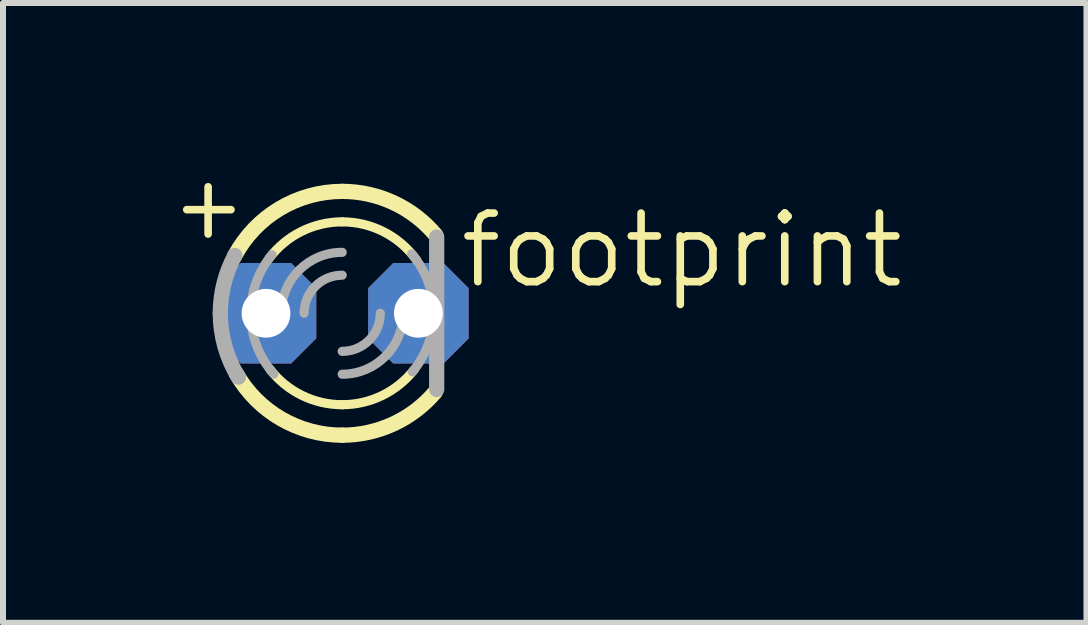
<source format=kicad_pcb>
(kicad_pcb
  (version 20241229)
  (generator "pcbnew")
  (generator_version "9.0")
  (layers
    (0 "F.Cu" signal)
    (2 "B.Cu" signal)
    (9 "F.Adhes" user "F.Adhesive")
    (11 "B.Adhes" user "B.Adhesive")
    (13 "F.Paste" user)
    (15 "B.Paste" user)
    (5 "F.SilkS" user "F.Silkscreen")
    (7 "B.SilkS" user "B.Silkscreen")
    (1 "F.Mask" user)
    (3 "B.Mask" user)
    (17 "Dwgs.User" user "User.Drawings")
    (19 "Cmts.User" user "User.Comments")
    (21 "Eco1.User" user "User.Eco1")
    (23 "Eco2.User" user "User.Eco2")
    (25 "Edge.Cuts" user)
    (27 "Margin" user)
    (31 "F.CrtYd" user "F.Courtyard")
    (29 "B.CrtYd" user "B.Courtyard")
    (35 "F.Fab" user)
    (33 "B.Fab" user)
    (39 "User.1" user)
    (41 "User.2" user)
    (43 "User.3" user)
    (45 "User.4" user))
  (footprint "footprint"
    (layer "F.Cu")
    (at 2.654 2.172)
    (property "Reference" "footprint" (at 1.905 -0.381 0) (layer "F.SilkS") (effects (font (size 1.143 1.143) (thickness 0.127)) (justify left bottom)))
    (fp_line (start -2.591 -1.727) (end -1.854 -1.727) (stroke (width 0.127) (type solid)) (layer "F.SilkS"))
    (fp_line (start -2.235 -1.321) (end -2.235 -2.108) (stroke (width 0.127) (type solid)) (layer "F.SilkS"))
    (fp_arc (start -1.7929 -0.9562) (mid -1.045438 -1.7424) (end 0 -2.032) (stroke (width 0.254) (type solid)) (layer "F.SilkS"))
    (fp_arc (start -1.2192 -0.9144) (mid -0.681554 -1.363107) (end 0 -1.524) (stroke (width 0.1524) (type solid)) (layer "F.SilkS"))
    (fp_arc (start 0 -2.032) (mid 0.861864 -1.840173) (end 1.561 -1.3009) (stroke (width 0.254) (type solid)) (layer "F.SilkS"))
    (fp_arc (start 0 -1.524) (mid 0.697339 -1.355082) (end 1.2401 -0.885801) (stroke (width 0.1524) (type solid)) (layer "F.SilkS"))
    (fp_arc (start 0 1.524) (mid -0.669593 1.369018) (end -1.203 0.9356) (stroke (width 0.1524) (type solid)) (layer "F.SilkS"))
    (fp_arc (start 0 2.032) (mid -1.019924 1.757525) (end -1.7643 1.0082) (stroke (width 0.254) (type solid)) (layer "F.SilkS"))
    (fp_arc (start 1.203 0.9356) (mid 0.669593 1.369018) (end 0 1.524) (stroke (width 0.1524) (type solid)) (layer "F.SilkS"))
    (fp_arc (start 1.5512 1.3126) (mid 0.854953 1.843405) (end 0 2.032) (stroke (width 0.254) (type solid)) (layer "F.SilkS"))
    (fp_line (start 1.575 1.27) (end 1.575 -1.27) (stroke (width 0.254) (type solid)) (layer "F.Fab"))
    (fp_arc (start -2.032 0) (mid -1.970339 -0.496775) (end -1.7891 -0.9634) (stroke (width 0.254) (type solid)) (layer "F.Fab"))
    (fp_arc (start -1.7306 1.065) (mid -1.95521 0.553417) (end -2.032 0) (stroke (width 0.254) (type solid)) (layer "F.Fab"))
    (fp_arc (start -1.524 0) (mid -1.432981 -0.518783) (end -1.1708 -0.9756) (stroke (width 0.1524) (type solid)) (layer "F.Fab"))
    (fp_arc (start -1.1391 1.0125) (mid -1.42454 0.5416) (end -1.524 0) (stroke (width 0.1524) (type solid)) (layer "F.Fab"))
    (fp_arc (start -1.016 0) (mid -0.71842 -0.71842) (end 0 -1.016) (stroke (width 0.1524) (type solid)) (layer "F.Fab"))
    (fp_arc (start -0.635 0) (mid -0.449013 -0.449013) (end 0 -0.635) (stroke (width 0.1524) (type solid)) (layer "F.Fab"))
    (fp_arc (start 0.635 0) (mid 0.449013 0.449013) (end 0 0.635) (stroke (width 0.1524) (type solid)) (layer "F.Fab"))
    (fp_arc (start 1.016 0) (mid 0.71842 0.71842) (end 0 1.016) (stroke (width 0.1524) (type solid)) (layer "F.Fab"))
    (fp_arc (start 1.1571 -0.9918) (mid 1.429332 -0.528744) (end 1.524 0) (stroke (width 0.1524) (type solid)) (layer "F.Fab"))
    (fp_arc (start 1.524 0) (mid 1.432981 0.518783) (end 1.1708 0.9756) (stroke (width 0.1524) (type solid)) (layer "F.Fab"))
    (pad "A" thru_hole roundrect (at -1.27 0) (size 1.676 1.676) (drill 0.813) (layers "*.Cu" "*.Mask") (roundrect_rratio 0.25) (chamfer_ratio 0.25) (chamfer top_left top_right bottom_left bottom_right))
    (pad "K" thru_hole roundrect (at 1.27 0) (size 1.676 1.676) (drill 0.813) (layers "*.Cu" "*.Mask") (roundrect_rratio 0.25) (chamfer_ratio 0.25) (chamfer top_left top_right bottom_left bottom_right)))
  (gr_rect
    (start -3 -3)
    (end 15.06 7.331)
    (stroke (width 0.1) (type default))
    (fill no)
    (layer "Edge.Cuts")))
</source>
